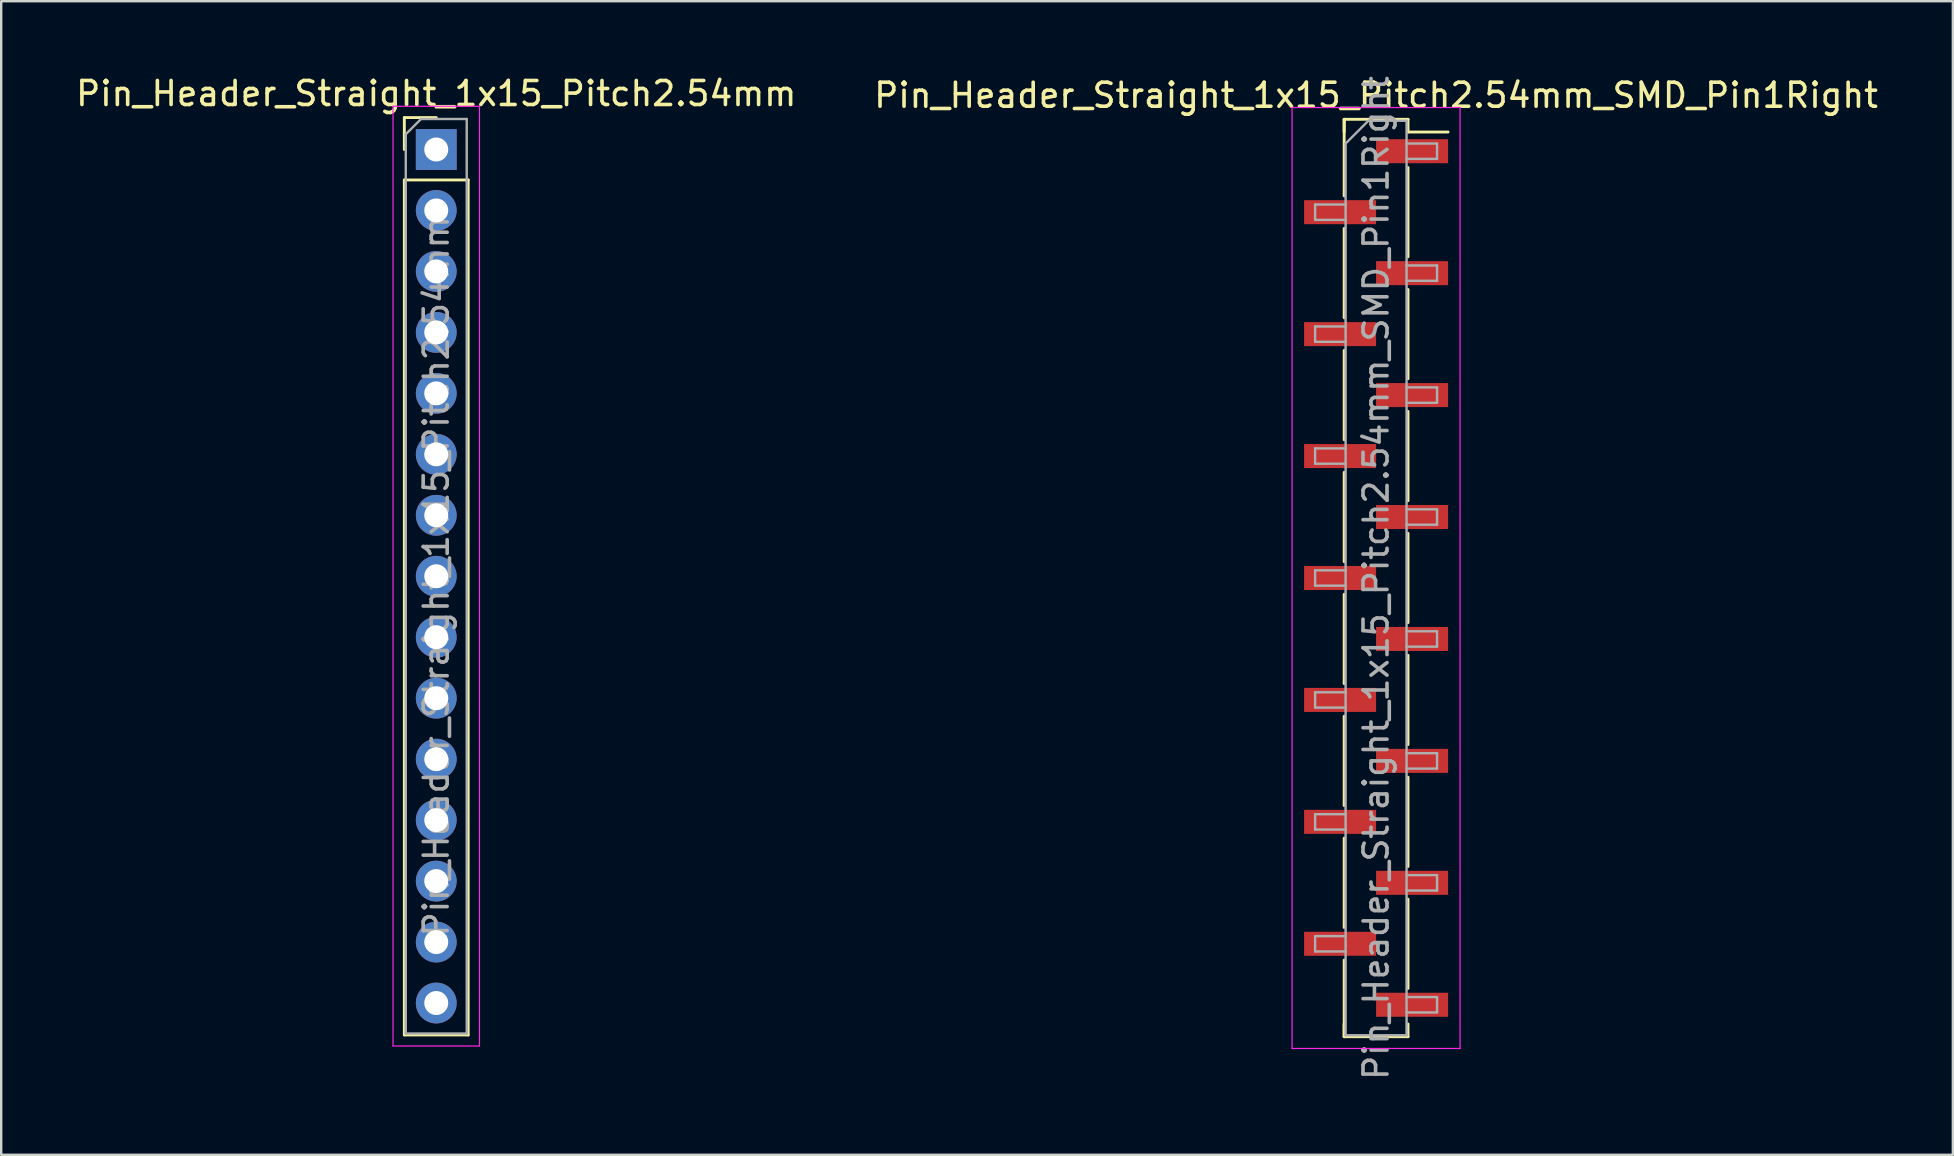
<source format=kicad_pcb>
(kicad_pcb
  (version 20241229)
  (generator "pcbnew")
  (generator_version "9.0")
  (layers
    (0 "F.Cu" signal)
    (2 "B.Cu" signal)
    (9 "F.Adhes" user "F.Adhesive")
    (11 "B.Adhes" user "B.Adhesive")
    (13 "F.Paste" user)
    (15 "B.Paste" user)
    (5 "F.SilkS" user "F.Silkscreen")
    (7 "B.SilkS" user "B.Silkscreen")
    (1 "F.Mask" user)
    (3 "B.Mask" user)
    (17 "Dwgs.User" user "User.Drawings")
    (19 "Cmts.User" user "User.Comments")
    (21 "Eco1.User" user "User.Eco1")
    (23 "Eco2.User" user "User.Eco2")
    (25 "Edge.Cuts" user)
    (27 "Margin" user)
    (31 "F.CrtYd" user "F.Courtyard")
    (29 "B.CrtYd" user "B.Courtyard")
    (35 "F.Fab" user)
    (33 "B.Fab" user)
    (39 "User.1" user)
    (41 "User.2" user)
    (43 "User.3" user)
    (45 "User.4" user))
  (footprint "Pin_Header_Straight_1x15_Pitch2.54mm_SMD_Pin1Right"
    (layer "F.Cu")
    (at 54.28 21.03)
    (property "Reference" "Pin_Header_Straight_1x15_Pitch2.54mm_SMD_Pin1Right" (at 0 -20.11 0) (layer "F.SilkS") (effects (font (size 1 1) (thickness 0.15))))
    (attr smd)
    (fp_line (start -1.33 -19.11) (end -1.33 -15.92) (stroke (width 0.12) (type solid)) (layer "F.SilkS"))
    (fp_line (start -1.33 -19.11) (end 1.33 -19.11) (stroke (width 0.12) (type solid)) (layer "F.SilkS"))
    (fp_line (start -1.33 -18.58) (end -1.33 -19.11) (stroke (width 0.12) (type solid)) (layer "F.SilkS"))
    (fp_line (start -1.33 -14.56) (end -1.33 -10.84) (stroke (width 0.12) (type solid)) (layer "F.SilkS"))
    (fp_line (start -1.33 -9.48) (end -1.33 -5.76) (stroke (width 0.12) (type solid)) (layer "F.SilkS"))
    (fp_line (start -1.33 -4.4) (end -1.33 -0.68) (stroke (width 0.12) (type solid)) (layer "F.SilkS"))
    (fp_line (start -1.33 0.68) (end -1.33 4.4) (stroke (width 0.12) (type solid)) (layer "F.SilkS"))
    (fp_line (start -1.33 5.76) (end -1.33 9.48) (stroke (width 0.12) (type solid)) (layer "F.SilkS"))
    (fp_line (start -1.33 10.84) (end -1.33 14.56) (stroke (width 0.12) (type solid)) (layer "F.SilkS"))
    (fp_line (start -1.33 15.92) (end -1.33 19.11) (stroke (width 0.12) (type solid)) (layer "F.SilkS"))
    (fp_line (start -1.33 18.58) (end -1.33 19.11) (stroke (width 0.12) (type solid)) (layer "F.SilkS"))
    (fp_line (start -1.33 19.11) (end 1.33 19.11) (stroke (width 0.12) (type solid)) (layer "F.SilkS"))
    (fp_line (start 1.33 -19.11) (end 1.33 -18.58) (stroke (width 0.12) (type solid)) (layer "F.SilkS"))
    (fp_line (start 1.33 -18.58) (end 3 -18.58) (stroke (width 0.12) (type solid)) (layer "F.SilkS"))
    (fp_line (start 1.33 -17.1) (end 1.33 -13.38) (stroke (width 0.12) (type solid)) (layer "F.SilkS"))
    (fp_line (start 1.33 -12.02) (end 1.33 -8.3) (stroke (width 0.12) (type solid)) (layer "F.SilkS"))
    (fp_line (start 1.33 -6.94) (end 1.33 -3.22) (stroke (width 0.12) (type solid)) (layer "F.SilkS"))
    (fp_line (start 1.33 -1.86) (end 1.33 1.86) (stroke (width 0.12) (type solid)) (layer "F.SilkS"))
    (fp_line (start 1.33 3.22) (end 1.33 6.94) (stroke (width 0.12) (type solid)) (layer "F.SilkS"))
    (fp_line (start 1.33 8.3) (end 1.33 12.02) (stroke (width 0.12) (type solid)) (layer "F.SilkS"))
    (fp_line (start 1.33 13.38) (end 1.33 17.1) (stroke (width 0.12) (type solid)) (layer "F.SilkS"))
    (fp_line (start 1.33 19.11) (end 1.33 18.58) (stroke (width 0.12) (type solid)) (layer "F.SilkS"))
    (fp_line (start -3.5 -19.6) (end -3.5 19.6) (stroke (width 0.05) (type solid)) (layer "F.CrtYd"))
    (fp_line (start -3.5 19.6) (end 3.5 19.6) (stroke (width 0.05) (type solid)) (layer "F.CrtYd"))
    (fp_line (start 3.5 -19.6) (end -3.5 -19.6) (stroke (width 0.05) (type solid)) (layer "F.CrtYd"))
    (fp_line (start 3.5 19.6) (end 3.5 -19.6) (stroke (width 0.05) (type solid)) (layer "F.CrtYd"))
    (fp_line (start -2.54 -15.56) (end -2.54 -14.92) (stroke (width 0.1) (type solid)) (layer "F.Fab"))
    (fp_line (start -2.54 -14.92) (end -1.27 -14.92) (stroke (width 0.1) (type solid)) (layer "F.Fab"))
    (fp_line (start -2.54 -10.48) (end -2.54 -9.84) (stroke (width 0.1) (type solid)) (layer "F.Fab"))
    (fp_line (start -2.54 -9.84) (end -1.27 -9.84) (stroke (width 0.1) (type solid)) (layer "F.Fab"))
    (fp_line (start -2.54 -5.4) (end -2.54 -4.76) (stroke (width 0.1) (type solid)) (layer "F.Fab"))
    (fp_line (start -2.54 -4.76) (end -1.27 -4.76) (stroke (width 0.1) (type solid)) (layer "F.Fab"))
    (fp_line (start -2.54 -0.32) (end -2.54 0.32) (stroke (width 0.1) (type solid)) (layer "F.Fab"))
    (fp_line (start -2.54 0.32) (end -1.27 0.32) (stroke (width 0.1) (type solid)) (layer "F.Fab"))
    (fp_line (start -2.54 4.76) (end -2.54 5.4) (stroke (width 0.1) (type solid)) (layer "F.Fab"))
    (fp_line (start -2.54 5.4) (end -1.27 5.4) (stroke (width 0.1) (type solid)) (layer "F.Fab"))
    (fp_line (start -2.54 9.84) (end -2.54 10.48) (stroke (width 0.1) (type solid)) (layer "F.Fab"))
    (fp_line (start -2.54 10.48) (end -1.27 10.48) (stroke (width 0.1) (type solid)) (layer "F.Fab"))
    (fp_line (start -2.54 14.92) (end -2.54 15.56) (stroke (width 0.1) (type solid)) (layer "F.Fab"))
    (fp_line (start -2.54 15.56) (end -1.27 15.56) (stroke (width 0.1) (type solid)) (layer "F.Fab"))
    (fp_line (start -1.27 -18.1) (end -0.32 -19.05) (stroke (width 0.1) (type solid)) (layer "F.Fab"))
    (fp_line (start -1.27 -15.56) (end -2.54 -15.56) (stroke (width 0.1) (type solid)) (layer "F.Fab"))
    (fp_line (start -1.27 -10.48) (end -2.54 -10.48) (stroke (width 0.1) (type solid)) (layer "F.Fab"))
    (fp_line (start -1.27 -5.4) (end -2.54 -5.4) (stroke (width 0.1) (type solid)) (layer "F.Fab"))
    (fp_line (start -1.27 -0.32) (end -2.54 -0.32) (stroke (width 0.1) (type solid)) (layer "F.Fab"))
    (fp_line (start -1.27 4.76) (end -2.54 4.76) (stroke (width 0.1) (type solid)) (layer "F.Fab"))
    (fp_line (start -1.27 9.84) (end -2.54 9.84) (stroke (width 0.1) (type solid)) (layer "F.Fab"))
    (fp_line (start -1.27 14.92) (end -2.54 14.92) (stroke (width 0.1) (type solid)) (layer "F.Fab"))
    (fp_line (start -1.27 19.05) (end -1.27 -18.1) (stroke (width 0.1) (type solid)) (layer "F.Fab"))
    (fp_line (start -0.32 -19.05) (end 1.27 -19.05) (stroke (width 0.1) (type solid)) (layer "F.Fab"))
    (fp_line (start 1.27 -19.05) (end 1.27 19.05) (stroke (width 0.1) (type solid)) (layer "F.Fab"))
    (fp_line (start 1.27 -18.1) (end 2.54 -18.1) (stroke (width 0.1) (type solid)) (layer "F.Fab"))
    (fp_line (start 1.27 -13.02) (end 2.54 -13.02) (stroke (width 0.1) (type solid)) (layer "F.Fab"))
    (fp_line (start 1.27 -7.94) (end 2.54 -7.94) (stroke (width 0.1) (type solid)) (layer "F.Fab"))
    (fp_line (start 1.27 -2.86) (end 2.54 -2.86) (stroke (width 0.1) (type solid)) (layer "F.Fab"))
    (fp_line (start 1.27 2.22) (end 2.54 2.22) (stroke (width 0.1) (type solid)) (layer "F.Fab"))
    (fp_line (start 1.27 7.3) (end 2.54 7.3) (stroke (width 0.1) (type solid)) (layer "F.Fab"))
    (fp_line (start 1.27 12.38) (end 2.54 12.38) (stroke (width 0.1) (type solid)) (layer "F.Fab"))
    (fp_line (start 1.27 17.46) (end 2.54 17.46) (stroke (width 0.1) (type solid)) (layer "F.Fab"))
    (fp_line (start 1.27 19.05) (end -1.27 19.05) (stroke (width 0.1) (type solid)) (layer "F.Fab"))
    (fp_line (start 2.54 -18.1) (end 2.54 -17.46) (stroke (width 0.1) (type solid)) (layer "F.Fab"))
    (fp_line (start 2.54 -17.46) (end 1.27 -17.46) (stroke (width 0.1) (type solid)) (layer "F.Fab"))
    (fp_line (start 2.54 -13.02) (end 2.54 -12.38) (stroke (width 0.1) (type solid)) (layer "F.Fab"))
    (fp_line (start 2.54 -12.38) (end 1.27 -12.38) (stroke (width 0.1) (type solid)) (layer "F.Fab"))
    (fp_line (start 2.54 -7.94) (end 2.54 -7.3) (stroke (width 0.1) (type solid)) (layer "F.Fab"))
    (fp_line (start 2.54 -7.3) (end 1.27 -7.3) (stroke (width 0.1) (type solid)) (layer "F.Fab"))
    (fp_line (start 2.54 -2.86) (end 2.54 -2.22) (stroke (width 0.1) (type solid)) (layer "F.Fab"))
    (fp_line (start 2.54 -2.22) (end 1.27 -2.22) (stroke (width 0.1) (type solid)) (layer "F.Fab"))
    (fp_line (start 2.54 2.22) (end 2.54 2.86) (stroke (width 0.1) (type solid)) (layer "F.Fab"))
    (fp_line (start 2.54 2.86) (end 1.27 2.86) (stroke (width 0.1) (type solid)) (layer "F.Fab"))
    (fp_line (start 2.54 7.3) (end 2.54 7.94) (stroke (width 0.1) (type solid)) (layer "F.Fab"))
    (fp_line (start 2.54 7.94) (end 1.27 7.94) (stroke (width 0.1) (type solid)) (layer "F.Fab"))
    (fp_line (start 2.54 12.38) (end 2.54 13.02) (stroke (width 0.1) (type solid)) (layer "F.Fab"))
    (fp_line (start 2.54 13.02) (end 1.27 13.02) (stroke (width 0.1) (type solid)) (layer "F.Fab"))
    (fp_line (start 2.54 17.46) (end 2.54 18.1) (stroke (width 0.1) (type solid)) (layer "F.Fab"))
    (fp_line (start 2.54 18.1) (end 1.27 18.1) (stroke (width 0.1) (type solid)) (layer "F.Fab"))
    (fp_text user "${REFERENCE}" (at 0 0 90) (layer "F.Fab") (effects (font (size 1 1) (thickness 0.15))))
    (pad "1" smd rect (at 1.5 -17.78) (size 3 1) (layers "F.Cu" "F.Mask" "F.Paste"))
    (pad "2" smd rect (at -1.5 -15.24) (size 3 1) (layers "F.Cu" "F.Mask" "F.Paste"))
    (pad "3" smd rect (at 1.5 -12.7) (size 3 1) (layers "F.Cu" "F.Mask" "F.Paste"))
    (pad "4" smd rect (at -1.5 -10.16) (size 3 1) (layers "F.Cu" "F.Mask" "F.Paste"))
    (pad "5" smd rect (at 1.5 -7.62) (size 3 1) (layers "F.Cu" "F.Mask" "F.Paste"))
    (pad "6" smd rect (at -1.5 -5.08) (size 3 1) (layers "F.Cu" "F.Mask" "F.Paste"))
    (pad "7" smd rect (at 1.5 -2.54) (size 3 1) (layers "F.Cu" "F.Mask" "F.Paste"))
    (pad "8" smd rect (at -1.5 0) (size 3 1) (layers "F.Cu" "F.Mask" "F.Paste"))
    (pad "9" smd rect (at 1.5 2.54) (size 3 1) (layers "F.Cu" "F.Mask" "F.Paste"))
    (pad "10" smd rect (at -1.5 5.08) (size 3 1) (layers "F.Cu" "F.Mask" "F.Paste"))
    (pad "11" smd rect (at 1.5 7.62) (size 3 1) (layers "F.Cu" "F.Mask" "F.Paste"))
    (pad "12" smd rect (at -1.5 10.16) (size 3 1) (layers "F.Cu" "F.Mask" "F.Paste"))
    (pad "13" smd rect (at 1.5 12.7) (size 3 1) (layers "F.Cu" "F.Mask" "F.Paste"))
    (pad "14" smd rect (at -1.5 15.24) (size 3 1) (layers "F.Cu" "F.Mask" "F.Paste"))
    (pad "15" smd rect (at 1.5 17.78) (size 3 1) (layers "F.Cu" "F.Mask" "F.Paste")))
  (footprint "Pin_Header_Straight_1x15_Pitch2.54mm"
    (layer "F.Cu")
    (at 15.125 3.178)
    (property "Reference" "Pin_Header_Straight_1x15_Pitch2.54mm" (at 0 -2.33 0) (layer "F.SilkS") (effects (font (size 1 1) (thickness 0.15))))
    (attr through_hole)
    (fp_line (start -1.33 -1.33) (end 0 -1.33) (stroke (width 0.12) (type solid)) (layer "F.SilkS"))
    (fp_line (start -1.33 0) (end -1.33 -1.33) (stroke (width 0.12) (type solid)) (layer "F.SilkS"))
    (fp_line (start -1.33 1.27) (end -1.33 36.89) (stroke (width 0.12) (type solid)) (layer "F.SilkS"))
    (fp_line (start -1.33 36.89) (end 1.33 36.89) (stroke (width 0.12) (type solid)) (layer "F.SilkS"))
    (fp_line (start 1.33 1.27) (end -1.33 1.27) (stroke (width 0.12) (type solid)) (layer "F.SilkS"))
    (fp_line (start 1.33 36.89) (end 1.33 1.27) (stroke (width 0.12) (type solid)) (layer "F.SilkS"))
    (fp_line (start -1.8 -1.8) (end -1.8 37.35) (stroke (width 0.05) (type solid)) (layer "F.CrtYd"))
    (fp_line (start -1.8 37.35) (end 1.8 37.35) (stroke (width 0.05) (type solid)) (layer "F.CrtYd"))
    (fp_line (start 1.8 -1.8) (end -1.8 -1.8) (stroke (width 0.05) (type solid)) (layer "F.CrtYd"))
    (fp_line (start 1.8 37.35) (end 1.8 -1.8) (stroke (width 0.05) (type solid)) (layer "F.CrtYd"))
    (fp_line (start -1.27 -0.635) (end -0.635 -1.27) (stroke (width 0.1) (type solid)) (layer "F.Fab"))
    (fp_line (start -1.27 36.83) (end -1.27 -0.635) (stroke (width 0.1) (type solid)) (layer "F.Fab"))
    (fp_line (start -0.635 -1.27) (end 1.27 -1.27) (stroke (width 0.1) (type solid)) (layer "F.Fab"))
    (fp_line (start 1.27 -1.27) (end 1.27 36.83) (stroke (width 0.1) (type solid)) (layer "F.Fab"))
    (fp_line (start 1.27 36.83) (end -1.27 36.83) (stroke (width 0.1) (type solid)) (layer "F.Fab"))
    (fp_text user "${REFERENCE}" (at 0 17.78 90) (layer "F.Fab") (effects (font (size 1 1) (thickness 0.15))))
    (pad "1" thru_hole rect (at 0 0) (size 1.7 1.7) (drill 1) (layers "*.Cu" "*.Mask"))
    (pad "2" thru_hole oval (at 0 2.54) (size 1.7 1.7) (drill 1) (layers "*.Cu" "*.Mask"))
    (pad "3" thru_hole oval (at 0 5.08) (size 1.7 1.7) (drill 1) (layers "*.Cu" "*.Mask"))
    (pad "4" thru_hole oval (at 0 7.62) (size 1.7 1.7) (drill 1) (layers "*.Cu" "*.Mask"))
    (pad "5" thru_hole oval (at 0 10.16) (size 1.7 1.7) (drill 1) (layers "*.Cu" "*.Mask"))
    (pad "6" thru_hole oval (at 0 12.7) (size 1.7 1.7) (drill 1) (layers "*.Cu" "*.Mask"))
    (pad "7" thru_hole oval (at 0 15.24) (size 1.7 1.7) (drill 1) (layers "*.Cu" "*.Mask"))
    (pad "8" thru_hole oval (at 0 17.78) (size 1.7 1.7) (drill 1) (layers "*.Cu" "*.Mask"))
    (pad "9" thru_hole oval (at 0 20.32) (size 1.7 1.7) (drill 1) (layers "*.Cu" "*.Mask"))
    (pad "10" thru_hole oval (at 0 22.86) (size 1.7 1.7) (drill 1) (layers "*.Cu" "*.Mask"))
    (pad "11" thru_hole oval (at 0 25.4) (size 1.7 1.7) (drill 1) (layers "*.Cu" "*.Mask"))
    (pad "12" thru_hole oval (at 0 27.94) (size 1.7 1.7) (drill 1) (layers "*.Cu" "*.Mask"))
    (pad "13" thru_hole oval (at 0 30.48) (size 1.7 1.7) (drill 1) (layers "*.Cu" "*.Mask"))
    (pad "14" thru_hole oval (at 0 33.02) (size 1.7 1.7) (drill 1) (layers "*.Cu" "*.Mask"))
    (pad "15" thru_hole oval (at 0 35.56) (size 1.7 1.7) (drill 1) (layers "*.Cu" "*.Mask")))
  (gr_rect
    (start -3 -3)
    (end 78.31 45.06)
    (stroke (width 0.1) (type default))
    (fill no)
    (layer "Edge.Cuts")))
</source>
